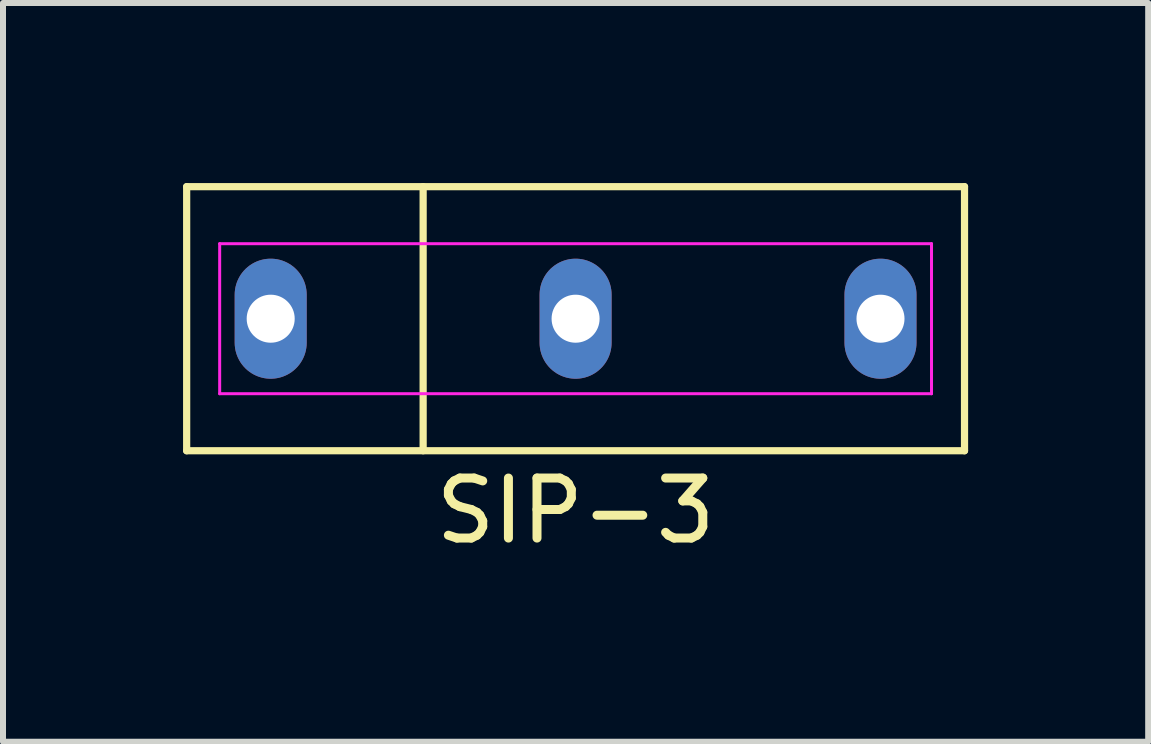
<source format=kicad_pcb>
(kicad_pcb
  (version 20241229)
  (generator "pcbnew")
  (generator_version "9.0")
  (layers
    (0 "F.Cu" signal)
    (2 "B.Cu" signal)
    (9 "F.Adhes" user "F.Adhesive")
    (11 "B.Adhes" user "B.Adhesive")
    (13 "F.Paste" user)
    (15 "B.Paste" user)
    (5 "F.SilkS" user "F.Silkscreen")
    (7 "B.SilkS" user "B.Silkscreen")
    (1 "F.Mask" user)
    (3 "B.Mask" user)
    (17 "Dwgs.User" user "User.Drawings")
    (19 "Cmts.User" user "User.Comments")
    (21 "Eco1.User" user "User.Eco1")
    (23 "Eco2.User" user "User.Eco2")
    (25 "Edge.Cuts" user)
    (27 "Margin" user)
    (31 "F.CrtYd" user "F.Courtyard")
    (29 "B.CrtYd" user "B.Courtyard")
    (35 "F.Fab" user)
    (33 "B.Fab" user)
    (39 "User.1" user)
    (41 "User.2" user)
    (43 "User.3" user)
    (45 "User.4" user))
  (footprint "SIP-3"
    (layer "F.Cu")
    (at 6.54 2.26)
    (property "Reference" "SIP-3" (at 0 3.2 0) (layer "F.SilkS") (effects (font (size 1 1) (thickness 0.15))))
    (attr through_hole)
    (fp_line (start -6.48 -2.2) (end 6.48 -2.2) (stroke (width 0.12) (type default)) (layer "F.SilkS"))
    (fp_line (start -6.48 2.2) (end -6.48 -2.2) (stroke (width 0.12) (type default)) (layer "F.SilkS"))
    (fp_line (start -2.54 -2.2) (end -2.54 2.2) (stroke (width 0.12) (type default)) (layer "F.SilkS"))
    (fp_line (start 6.48 -2.2) (end 6.48 2.2) (stroke (width 0.12) (type default)) (layer "F.SilkS"))
    (fp_line (start 6.48 2.2) (end -6.48 2.2) (stroke (width 0.12) (type default)) (layer "F.SilkS"))
    (fp_line (start -5.93 -1.25) (end 5.93 -1.25) (stroke (width 0.05) (type default)) (layer "F.CrtYd"))
    (fp_line (start -5.93 1.25) (end -5.93 -1.25) (stroke (width 0.05) (type default)) (layer "F.CrtYd"))
    (fp_line (start 5.93 -1.25) (end 5.93 1.25) (stroke (width 0.05) (type default)) (layer "F.CrtYd"))
    (fp_line (start 5.93 1.25) (end -5.93 1.25) (stroke (width 0.05) (type default)) (layer "F.CrtYd"))
    (pad "1" thru_hole oval (at -5.08 0) (size 1.2 2) (drill 0.8) (layers "*.Cu" "*.Mask"))
    (pad "2" thru_hole oval (at 0 0) (size 1.2 2) (drill 0.8) (layers "*.Cu" "*.Mask"))
    (pad "3" thru_hole oval (at 5.08 0) (size 1.2 2) (drill 0.8) (layers "*.Cu" "*.Mask")))
  (gr_rect
    (start -3 -3)
    (end 16.08 9.308)
    (stroke (width 0.1) (type default))
    (fill no)
    (layer "Edge.Cuts")))
</source>
